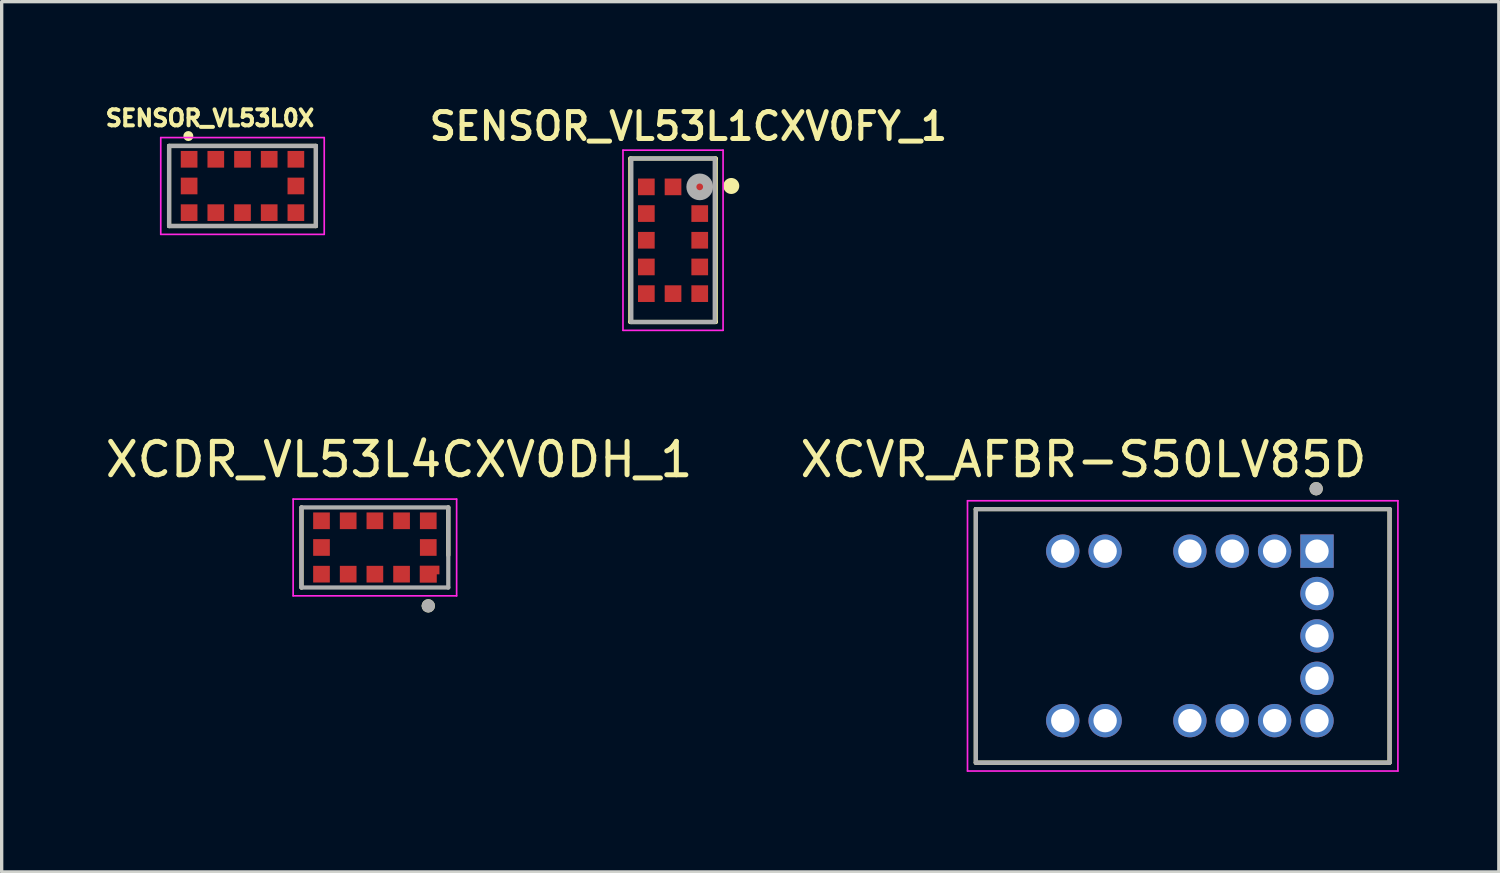
<source format=kicad_pcb>
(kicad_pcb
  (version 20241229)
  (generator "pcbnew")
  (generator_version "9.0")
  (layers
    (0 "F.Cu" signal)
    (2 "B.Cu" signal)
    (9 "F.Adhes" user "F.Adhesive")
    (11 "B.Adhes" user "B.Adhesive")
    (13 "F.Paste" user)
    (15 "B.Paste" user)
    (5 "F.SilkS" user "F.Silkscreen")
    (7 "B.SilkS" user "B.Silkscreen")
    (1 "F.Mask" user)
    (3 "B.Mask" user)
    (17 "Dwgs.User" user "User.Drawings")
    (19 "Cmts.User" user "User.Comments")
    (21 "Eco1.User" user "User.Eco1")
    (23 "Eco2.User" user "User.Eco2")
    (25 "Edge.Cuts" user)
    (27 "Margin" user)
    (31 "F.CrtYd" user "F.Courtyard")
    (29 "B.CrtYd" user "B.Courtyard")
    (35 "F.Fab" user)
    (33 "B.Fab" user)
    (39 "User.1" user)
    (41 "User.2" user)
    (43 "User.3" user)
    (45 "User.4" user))
  (footprint "SENSOR_VL53L1CXV0FY_1"
    (layer "F.Cu")
    (at 17.122 4.151)
    (property "Reference" "SENSOR_VL53L1CXV0FY_1" (at 0.461 -3.415 0) (layer "F.SilkS") (effects (font (size 0.807 0.807) (thickness 0.15))))
    (attr smd)
    (fp_line (start -1.28 -2.45) (end 1.28 -2.45) (stroke (width 0.127) (type solid)) (layer "F.SilkS"))
    (fp_line (start -1.28 2.45) (end -1.28 -2.45) (stroke (width 0.127) (type solid)) (layer "F.SilkS"))
    (fp_line (start 1.28 -2.45) (end 1.28 2.45) (stroke (width 0.127) (type solid)) (layer "F.SilkS"))
    (fp_line (start 1.28 2.45) (end -1.28 2.45) (stroke (width 0.127) (type solid)) (layer "F.SilkS"))
    (fp_circle (center 1.746 -1.627) (end 1.866 -1.627) (stroke (width 0.24) (type solid)) (fill no) (layer "F.SilkS"))
    (fp_line (start -1.5 -2.7) (end 1.5 -2.7) (stroke (width 0.05) (type solid)) (layer "F.CrtYd"))
    (fp_line (start -1.5 2.7) (end -1.5 -2.7) (stroke (width 0.05) (type solid)) (layer "F.CrtYd"))
    (fp_line (start 1.5 -2.7) (end 1.5 2.7) (stroke (width 0.05) (type solid)) (layer "F.CrtYd"))
    (fp_line (start 1.5 2.7) (end -1.5 2.7) (stroke (width 0.05) (type solid)) (layer "F.CrtYd"))
    (fp_line (start -1.25 -2.45) (end 1.25 -2.45) (stroke (width 0.127) (type solid)) (layer "F.Fab"))
    (fp_line (start -1.25 2.45) (end -1.25 -2.45) (stroke (width 0.127) (type solid)) (layer "F.Fab"))
    (fp_line (start 1.25 -2.45) (end 1.25 2.45) (stroke (width 0.127) (type solid)) (layer "F.Fab"))
    (fp_line (start 1.25 2.45) (end -1.25 2.45) (stroke (width 0.127) (type solid)) (layer "F.Fab"))
    (fp_circle (center 0.8 -1.6) (end 0.9 -1.6) (stroke (width 0.3) (type solid)) (fill no) (layer "F.Fab"))
    (pad "1" smd rect (at 0.8 -1.6) (size 0.5 0.5) (layers "F.Cu" "F.Mask" "F.Paste"))
    (pad "2" smd rect (at 0.8 -0.8) (size 0.5 0.5) (layers "F.Cu" "F.Mask" "F.Paste"))
    (pad "3" smd rect (at 0.8 0) (size 0.5 0.5) (layers "F.Cu" "F.Mask" "F.Paste"))
    (pad "4" smd rect (at 0.8 0.8) (size 0.5 0.5) (layers "F.Cu" "F.Mask" "F.Paste"))
    (pad "5" smd rect (at 0.8 1.6) (size 0.5 0.5) (layers "F.Cu" "F.Mask" "F.Paste"))
    (pad "6" smd rect (at 0 1.6) (size 0.5 0.5) (layers "F.Cu" "F.Mask" "F.Paste"))
    (pad "7" smd rect (at -0.8 1.6) (size 0.5 0.5) (layers "F.Cu" "F.Mask" "F.Paste"))
    (pad "8" smd rect (at -0.8 0.8) (size 0.5 0.5) (layers "F.Cu" "F.Mask" "F.Paste"))
    (pad "9" smd rect (at -0.8 0) (size 0.5 0.5) (layers "F.Cu" "F.Mask" "F.Paste"))
    (pad "10" smd rect (at -0.8 -0.8) (size 0.5 0.5) (layers "F.Cu" "F.Mask" "F.Paste"))
    (pad "11" smd rect (at -0.8 -1.6) (size 0.5 0.5) (layers "F.Cu" "F.Mask" "F.Paste"))
    (pad "12" smd rect (at 0 -1.6) (size 0.5 0.5) (layers "F.Cu" "F.Mask" "F.Paste")))
  (footprint "XCDR_VL53L4CXV0DH_1"
    (layer "F.Cu")
    (at 8.186 13.359)
    (property "Reference" "XCDR_VL53L4CXV0DH_1" (at 0.725 -2.635 0) (layer "F.SilkS") (effects (font (size 1 1) (thickness 0.15))))
    (attr smd)
    (fp_poly (pts (xy 2.03 0.45) (xy 1.25 0.45) (xy 1.25 1.15) (xy 1.95 1.15) (xy 1.95 0.9) (xy 2.03 0.9)) (stroke (width 0.01) (type solid)) (fill yes) (layer "F.Mask"))
    (fp_line (start -2.2 1.2) (end -2.2 -1.2) (stroke (width 0.127) (type solid)) (layer "F.SilkS"))
    (fp_line (start 2.2 -1.2) (end 2.2 0.23) (stroke (width 0.127) (type solid)) (layer "F.SilkS"))
    (fp_circle (center 1.6 1.75) (end 1.7 1.75) (stroke (width 0.2) (type solid)) (fill no) (layer "F.SilkS"))
    (fp_poly (pts (xy 1.93 0.55) (xy 1.35 0.55) (xy 1.35 1.05) (xy 1.85 1.05) (xy 1.85 0.8) (xy 1.93 0.8)) (stroke (width 0.01) (type solid)) (fill yes) (layer "F.Paste"))
    (fp_line (start -2.45 -1.45) (end 2.45 -1.45) (stroke (width 0.05) (type solid)) (layer "F.CrtYd"))
    (fp_line (start -2.45 1.45) (end -2.45 -1.45) (stroke (width 0.05) (type solid)) (layer "F.CrtYd"))
    (fp_line (start 2.45 -1.45) (end 2.45 1.45) (stroke (width 0.05) (type solid)) (layer "F.CrtYd"))
    (fp_line (start 2.45 1.45) (end -2.45 1.45) (stroke (width 0.05) (type solid)) (layer "F.CrtYd"))
    (fp_line (start -2.2 -1.2) (end 2.2 -1.2) (stroke (width 0.127) (type solid)) (layer "F.Fab"))
    (fp_line (start -2.2 1.2) (end -2.2 -1.2) (stroke (width 0.127) (type solid)) (layer "F.Fab"))
    (fp_line (start 2.2 -1.2) (end 2.2 1.2) (stroke (width 0.127) (type solid)) (layer "F.Fab"))
    (fp_line (start 2.2 1.2) (end -2.2 1.2) (stroke (width 0.127) (type solid)) (layer "F.Fab"))
    (fp_circle (center 1.6 1.75) (end 1.7 1.75) (stroke (width 0.2) (type solid)) (fill no) (layer "F.Fab"))
    (pad "1" smd custom (at 1.6 0.8) (size 0.25 0.25) (layers "F.Cu") (options (anchor rect)) (primitives (gr_poly (pts (xy 0.33 -0.25) (xy -0.25 -0.25) (xy -0.25 0.25) (xy 0.25 0.25) (xy 0.25 0) (xy 0.33 0)) (width 0.01) (fill yes))))
    (pad "2" smd rect (at 0.8 0.8) (size 0.5 0.5) (layers "F.Cu" "F.Mask" "F.Paste"))
    (pad "3" smd rect (at 0 0.8) (size 0.5 0.5) (layers "F.Cu" "F.Mask" "F.Paste"))
    (pad "4" smd rect (at -0.8 0.8) (size 0.5 0.5) (layers "F.Cu" "F.Mask" "F.Paste"))
    (pad "5" smd rect (at -1.6 0.8) (size 0.5 0.5) (layers "F.Cu" "F.Mask" "F.Paste"))
    (pad "6" smd rect (at -1.6 0) (size 0.5 0.5) (layers "F.Cu" "F.Mask" "F.Paste"))
    (pad "7" smd rect (at -1.6 -0.8) (size 0.5 0.5) (layers "F.Cu" "F.Mask" "F.Paste"))
    (pad "8" smd rect (at -0.8 -0.8) (size 0.5 0.5) (layers "F.Cu" "F.Mask" "F.Paste"))
    (pad "9" smd rect (at 0 -0.8) (size 0.5 0.5) (layers "F.Cu" "F.Mask" "F.Paste"))
    (pad "10" smd rect (at 0.8 -0.8) (size 0.5 0.5) (layers "F.Cu" "F.Mask" "F.Paste"))
    (pad "11" smd rect (at 1.6 -0.8) (size 0.5 0.5) (layers "F.Cu" "F.Mask" "F.Paste"))
    (pad "12" smd rect (at 1.6 0) (size 0.5 0.5) (layers "F.Cu" "F.Mask" "F.Paste")))
  (footprint "SENSOR_VL53L0X"
    (layer "F.Cu")
    (at 4.218 2.524)
    (property "Reference" "SENSOR_VL53L0X" (at -0.976 -2.033 0) (layer "F.SilkS") (effects (font (size 0.48 0.48) (thickness 0.15))))
    (attr smd)
    (fp_line (start -2.2 -1.2) (end -2.2 1.2) (stroke (width 0.127) (type solid)) (layer "F.SilkS"))
    (fp_line (start -2.2 1.2) (end 2.2 1.2) (stroke (width 0.127) (type solid)) (layer "F.SilkS"))
    (fp_line (start 2.2 -1.2) (end -2.2 -1.2) (stroke (width 0.127) (type solid)) (layer "F.SilkS"))
    (fp_line (start 2.2 1.2) (end 2.2 -1.2) (stroke (width 0.127) (type solid)) (layer "F.SilkS"))
    (fp_circle (center -1.623 -1.496) (end -1.548 -1.496) (stroke (width 0.15) (type solid)) (fill no) (layer "F.SilkS"))
    (fp_line (start -2.45 -1.45) (end -2.45 1.45) (stroke (width 0.05) (type solid)) (layer "F.CrtYd"))
    (fp_line (start -2.45 1.45) (end 2.45 1.45) (stroke (width 0.05) (type solid)) (layer "F.CrtYd"))
    (fp_line (start 2.45 -1.45) (end -2.45 -1.45) (stroke (width 0.05) (type solid)) (layer "F.CrtYd"))
    (fp_line (start 2.45 1.45) (end 2.45 -1.45) (stroke (width 0.05) (type solid)) (layer "F.CrtYd"))
    (fp_line (start -2.2 -1.2) (end -2.2 1.2) (stroke (width 0.127) (type solid)) (layer "F.Fab"))
    (fp_line (start -2.2 1.2) (end 2.2 1.2) (stroke (width 0.127) (type solid)) (layer "F.Fab"))
    (fp_line (start 2.2 -1.2) (end -2.2 -1.2) (stroke (width 0.127) (type solid)) (layer "F.Fab"))
    (fp_line (start 2.2 1.2) (end 2.2 -1.2) (stroke (width 0.127) (type solid)) (layer "F.Fab"))
    (pad "1" smd rect (at -1.6 -0.8) (size 0.5 0.5) (layers "F.Cu" "F.Mask" "F.Paste"))
    (pad "2" smd rect (at -0.8 -0.8) (size 0.5 0.5) (layers "F.Cu" "F.Mask" "F.Paste"))
    (pad "3" smd rect (at 0 -0.8) (size 0.5 0.5) (layers "F.Cu" "F.Mask" "F.Paste"))
    (pad "4" smd rect (at 0.8 -0.8) (size 0.5 0.5) (layers "F.Cu" "F.Mask" "F.Paste"))
    (pad "5" smd rect (at 1.6 -0.8) (size 0.5 0.5) (layers "F.Cu" "F.Mask" "F.Paste"))
    (pad "6" smd rect (at 1.6 0) (size 0.5 0.5) (layers "F.Cu" "F.Mask" "F.Paste"))
    (pad "7" smd rect (at 1.6 0.8) (size 0.5 0.5) (layers "F.Cu" "F.Mask" "F.Paste"))
    (pad "8" smd rect (at 0.8 0.8) (size 0.5 0.5) (layers "F.Cu" "F.Mask" "F.Paste"))
    (pad "9" smd rect (at 0 0.8) (size 0.5 0.5) (layers "F.Cu" "F.Mask" "F.Paste"))
    (pad "10" smd rect (at -0.8 0.8) (size 0.5 0.5) (layers "F.Cu" "F.Mask" "F.Paste"))
    (pad "11" smd rect (at -1.6 0.8) (size 0.5 0.5) (layers "F.Cu" "F.Mask" "F.Paste"))
    (pad "12" smd rect (at -1.6 0) (size 0.5 0.5) (layers "F.Cu" "F.Mask" "F.Paste")))
  (footprint "XCVR_AFBR-S50LV85D"
    (layer "F.Cu")
    (at 32.398 16.009)
    (property "Reference" "XCVR_AFBR-S50LV85D" (at -2.975 -5.285 0) (layer "F.SilkS") (effects (font (size 1 1) (thickness 0.15))))
    (attr through_hole)
    (fp_line (start -6.2 -3.8) (end 6.2 -3.8) (stroke (width 0.127) (type solid)) (layer "F.SilkS"))
    (fp_line (start -6.2 3.8) (end -6.2 -3.8) (stroke (width 0.127) (type solid)) (layer "F.SilkS"))
    (fp_line (start 6.2 -3.8) (end 6.2 3.8) (stroke (width 0.127) (type solid)) (layer "F.SilkS"))
    (fp_line (start 6.2 3.8) (end -6.2 3.8) (stroke (width 0.127) (type solid)) (layer "F.SilkS"))
    (fp_circle (center 4 -4.41) (end 4.1 -4.41) (stroke (width 0.2) (type solid)) (fill no) (layer "F.SilkS"))
    (fp_line (start -6.45 -4.05) (end 6.45 -4.05) (stroke (width 0.05) (type solid)) (layer "F.CrtYd"))
    (fp_line (start -6.45 4.05) (end -6.45 -4.05) (stroke (width 0.05) (type solid)) (layer "F.CrtYd"))
    (fp_line (start 6.45 -4.05) (end 6.45 4.05) (stroke (width 0.05) (type solid)) (layer "F.CrtYd"))
    (fp_line (start 6.45 4.05) (end -6.45 4.05) (stroke (width 0.05) (type solid)) (layer "F.CrtYd"))
    (fp_line (start -6.2 -3.8) (end 6.2 -3.8) (stroke (width 0.127) (type solid)) (layer "F.Fab"))
    (fp_line (start -6.2 3.8) (end -6.2 -3.8) (stroke (width 0.127) (type solid)) (layer "F.Fab"))
    (fp_line (start 6.2 -3.8) (end 6.2 3.8) (stroke (width 0.127) (type solid)) (layer "F.Fab"))
    (fp_line (start 6.2 3.8) (end -6.2 3.8) (stroke (width 0.127) (type solid)) (layer "F.Fab"))
    (fp_circle (center 4 -4.41) (end 4.1 -4.41) (stroke (width 0.2) (type solid)) (fill no) (layer "F.Fab"))
    (pad "1" thru_hole rect (at 4.025 -2.54) (size 1 1) (drill 0.7) (layers "*.Cu" "*.Mask"))
    (pad "2" thru_hole circle (at 2.755 -2.54) (size 1 1) (drill 0.7) (layers "*.Cu" "*.Mask"))
    (pad "3" thru_hole circle (at 1.485 -2.54) (size 1 1) (drill 0.7) (layers "*.Cu" "*.Mask"))
    (pad "4" thru_hole circle (at 0.215 -2.54) (size 1 1) (drill 0.7) (layers "*.Cu" "*.Mask"))
    (pad "5" thru_hole circle (at -2.325 -2.54) (size 1 1) (drill 0.7) (layers "*.Cu" "*.Mask"))
    (pad "6" thru_hole circle (at -3.595 -2.54) (size 1 1) (drill 0.7) (layers "*.Cu" "*.Mask"))
    (pad "7" thru_hole circle (at -3.595 2.54) (size 1 1) (drill 0.7) (layers "*.Cu" "*.Mask"))
    (pad "8" thru_hole circle (at -2.325 2.54) (size 1 1) (drill 0.7) (layers "*.Cu" "*.Mask"))
    (pad "9" thru_hole circle (at 0.215 2.54) (size 1 1) (drill 0.7) (layers "*.Cu" "*.Mask"))
    (pad "10" thru_hole circle (at 1.485 2.54) (size 1 1) (drill 0.7) (layers "*.Cu" "*.Mask"))
    (pad "11" thru_hole circle (at 2.755 2.54) (size 1 1) (drill 0.7) (layers "*.Cu" "*.Mask"))
    (pad "12" thru_hole circle (at 4.025 2.54) (size 1 1) (drill 0.7) (layers "*.Cu" "*.Mask"))
    (pad "13" thru_hole circle (at 4.025 1.27) (size 1 1) (drill 0.7) (layers "*.Cu" "*.Mask"))
    (pad "14" thru_hole circle (at 4.025 0) (size 1 1) (drill 0.7) (layers "*.Cu" "*.Mask"))
    (pad "15" thru_hole circle (at 4.025 -1.27) (size 1 1) (drill 0.7) (layers "*.Cu" "*.Mask")))
  (gr_rect
    (start -3 -3)
    (end 41.873 23.084)
    (stroke (width 0.1) (type default))
    (fill no)
    (layer "Edge.Cuts")))
</source>
